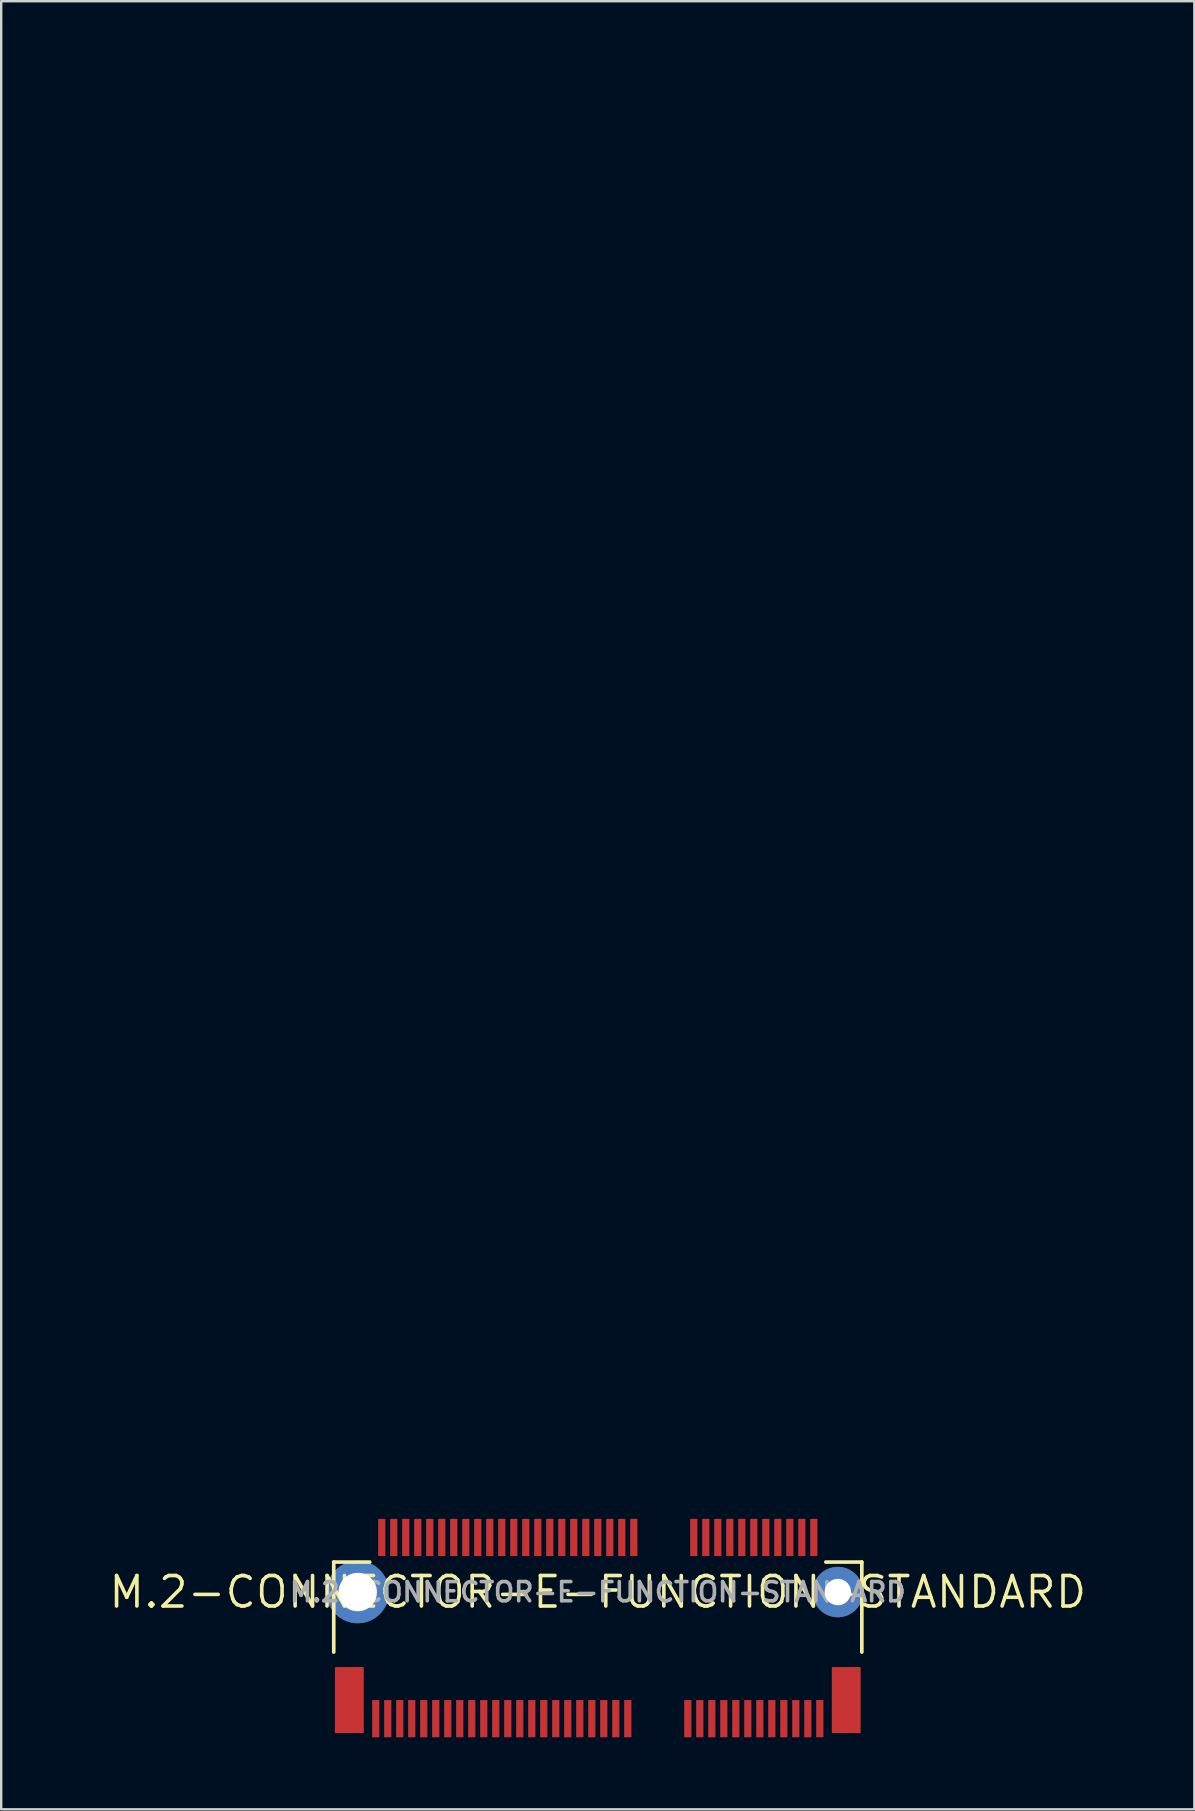
<source format=kicad_pcb>
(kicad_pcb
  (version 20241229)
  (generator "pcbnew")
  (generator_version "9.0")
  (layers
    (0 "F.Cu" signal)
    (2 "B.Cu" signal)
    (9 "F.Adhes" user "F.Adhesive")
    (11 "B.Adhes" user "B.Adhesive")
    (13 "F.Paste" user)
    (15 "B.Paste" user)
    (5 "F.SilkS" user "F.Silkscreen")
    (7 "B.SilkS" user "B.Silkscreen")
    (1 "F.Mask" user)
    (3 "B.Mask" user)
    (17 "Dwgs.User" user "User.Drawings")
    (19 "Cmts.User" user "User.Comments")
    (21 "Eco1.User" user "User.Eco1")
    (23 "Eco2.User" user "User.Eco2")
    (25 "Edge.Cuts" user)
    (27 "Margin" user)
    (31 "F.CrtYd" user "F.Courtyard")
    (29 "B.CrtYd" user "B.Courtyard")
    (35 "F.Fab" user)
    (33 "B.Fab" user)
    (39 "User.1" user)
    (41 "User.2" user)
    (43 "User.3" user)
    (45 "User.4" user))
  (footprint "M.2-CONNECTOR-E-FUNCTION-STANDARD"
    (layer "F.Cu")
    (at 21.854 63.276)
    (property "Reference" "M.2-CONNECTOR-E-FUNCTION-STANDARD" (at 0 0 0) (layer "F.SilkS") (effects (font (size 1.27 1.27) (thickness 0.15))))
    (attr through_hole)
    (fp_line (start -11 2.5) (end -11 -1.25) (stroke (width 0.152) (type solid)) (layer "F.SilkS"))
    (fp_line (start -9.5 -1.25) (end -11 -1.25) (stroke (width 0.152) (type solid)) (layer "F.SilkS"))
    (fp_line (start 11 -1.25) (end 9.5 -1.25) (stroke (width 0.152) (type solid)) (layer "F.SilkS"))
    (fp_line (start 11 2.5) (end 11 -1.25) (stroke (width 0.152) (type solid)) (layer "F.SilkS"))
    (fp_line (start -19.05 -63.25) (end -12.7 -63.25) (stroke (width 0.051) (type solid)) (layer "Eco2.User"))
    (fp_line (start -19.05 -2.275) (end -19.05 -63.25) (stroke (width 0.051) (type solid)) (layer "Eco2.User"))
    (fp_line (start -12.7 -63.25) (end 12.7 -63.25) (stroke (width 0.051) (type solid)) (layer "Eco2.User"))
    (fp_line (start -10.95 -1.25) (end -10.95 5.25) (stroke (width 0.152) (type solid)) (layer "Eco2.User"))
    (fp_line (start -10.95 5.25) (end 10.95 5.25) (stroke (width 0.152) (type solid)) (layer "Eco2.User"))
    (fp_line (start -10.4 -2.275) (end -19.05 -2.275) (stroke (width 0.051) (type solid)) (layer "Eco2.User"))
    (fp_line (start -9.92 1.75) (end -9.92 -1.75) (stroke (width 0.051) (type solid)) (layer "Eco2.User"))
    (fp_line (start -9.5 -2.5) (end -9.5 -1.25) (stroke (width 0.152) (type solid)) (layer "Eco2.User"))
    (fp_line (start -9.5 -1.25) (end -10.95 -1.25) (stroke (width 0.152) (type solid)) (layer "Eco2.User"))
    (fp_line (start 2.025 -1.15) (end 2.025 1.75) (stroke (width 0.051) (type solid)) (layer "Eco2.User"))
    (fp_line (start 2.03 1.75) (end -9.92 1.75) (stroke (width 0.051) (type solid)) (layer "Eco2.User"))
    (fp_line (start 3.225 -1.15) (end 3.225 1.75) (stroke (width 0.051) (type solid)) (layer "Eco2.User"))
    (fp_line (start 9.5 -2.5) (end -9.5 -2.5) (stroke (width 0.152) (type solid)) (layer "Eco2.User"))
    (fp_line (start 9.5 -2.5) (end 9.5 -1.25) (stroke (width 0.152) (type solid)) (layer "Eco2.User"))
    (fp_line (start 9.5 -1.25) (end -9.5 -1.25) (stroke (width 0.152) (type solid)) (layer "Eco2.User"))
    (fp_line (start 9.92 -1.75) (end 9.92 1.75) (stroke (width 0.051) (type solid)) (layer "Eco2.User"))
    (fp_line (start 9.93 1.75) (end 3.23 1.75) (stroke (width 0.051) (type solid)) (layer "Eco2.User"))
    (fp_line (start 10.4 -2.275) (end 19.05 -2.275) (stroke (width 0.051) (type solid)) (layer "Eco2.User"))
    (fp_line (start 10.95 -1.25) (end 9.5 -1.25) (stroke (width 0.152) (type solid)) (layer "Eco2.User"))
    (fp_line (start 10.95 5.25) (end 10.95 -1.25) (stroke (width 0.152) (type solid)) (layer "Eco2.User"))
    (fp_line (start 12.7 -63.25) (end 19.05 -63.25) (stroke (width 0.051) (type solid)) (layer "Eco2.User"))
    (fp_line (start 19.05 -2.275) (end 19.05 -63.25) (stroke (width 0.051) (type solid)) (layer "Eco2.User"))
    (fp_arc (start -10.4 -2.275) (mid -10.059282 -2.104689) (end -9.919482 -1.750358) (stroke (width 0.051) (type solid)) (layer "Eco2.User"))
    (fp_arc (start 2.025 -1.15) (mid 2.625 -1.75) (end 3.225 -1.15) (stroke (width 0.051) (type solid)) (layer "Eco2.User"))
    (fp_arc (start 9.919901 -1.749405) (mid 10.057822 -2.105491) (end 10.4 -2.275) (stroke (width 0.051) (type solid)) (layer "Eco2.User"))
    (fp_circle (center -19.05 -42.245) (end -16.272 -42.245) (stroke (width 0.051) (type solid)) (fill no) (layer "Eco2.User"))
    (fp_circle (center 19.05 -42.245) (end 21.828 -42.245) (stroke (width 0.051) (type solid)) (fill no) (layer "Eco2.User"))
    (fp_text user "${REFERENCE}" (at 0 0 0) (layer "F.Fab") (effects (font (size 0.8 0.8) (thickness 0.15))))
    (pad "" np_thru_hole circle (at -10 0) (size 2.6 2.6) (drill 1.6) (layers "*.Cu" "*.Mask"))
    (pad "" np_thru_hole circle (at 10 0) (size 2.1 2.1) (drill 1.1) (layers "*.Cu" "*.Mask"))
    (pad "1" smd rect (at 9.25 5.275 180) (size 0.3 1.55) (layers "F.Cu" "F.Mask" "F.Paste"))
    (pad "2" smd rect (at 9 -2.275 180) (size 0.3 1.55) (layers "F.Cu" "F.Mask" "F.Paste"))
    (pad "3" smd rect (at 8.75 5.275 180) (size 0.3 1.55) (layers "F.Cu" "F.Mask" "F.Paste"))
    (pad "4" smd rect (at 8.5 -2.275 180) (size 0.3 1.55) (layers "F.Cu" "F.Mask" "F.Paste"))
    (pad "5" smd rect (at 8.25 5.275 180) (size 0.3 1.55) (layers "F.Cu" "F.Mask" "F.Paste"))
    (pad "6" smd rect (at 8 -2.275 180) (size 0.3 1.55) (layers "F.Cu" "F.Mask" "F.Paste"))
    (pad "7" smd rect (at 7.75 5.275 180) (size 0.3 1.55) (layers "F.Cu" "F.Mask" "F.Paste"))
    (pad "8" smd rect (at 7.5 -2.275 180) (size 0.3 1.55) (layers "F.Cu" "F.Mask" "F.Paste"))
    (pad "9" smd rect (at 7.25 5.275 180) (size 0.3 1.55) (layers "F.Cu" "F.Mask" "F.Paste"))
    (pad "10" smd rect (at 7 -2.275 180) (size 0.3 1.55) (layers "F.Cu" "F.Mask" "F.Paste"))
    (pad "11" smd rect (at 6.75 5.275 180) (size 0.3 1.55) (layers "F.Cu" "F.Mask" "F.Paste"))
    (pad "12" smd rect (at 6.5 -2.275 180) (size 0.3 1.55) (layers "F.Cu" "F.Mask" "F.Paste"))
    (pad "13" smd rect (at 6.25 5.275 180) (size 0.3 1.55) (layers "F.Cu" "F.Mask" "F.Paste"))
    (pad "14" smd rect (at 6 -2.275 180) (size 0.3 1.55) (layers "F.Cu" "F.Mask" "F.Paste"))
    (pad "15" smd rect (at 5.75 5.275 180) (size 0.3 1.55) (layers "F.Cu" "F.Mask" "F.Paste"))
    (pad "16" smd rect (at 5.5 -2.275 180) (size 0.3 1.55) (layers "F.Cu" "F.Mask" "F.Paste"))
    (pad "17" smd rect (at 5.25 5.275 180) (size 0.3 1.55) (layers "F.Cu" "F.Mask" "F.Paste"))
    (pad "18" smd rect (at 5 -2.275 180) (size 0.3 1.55) (layers "F.Cu" "F.Mask" "F.Paste"))
    (pad "19" smd rect (at 4.75 5.275 180) (size 0.3 1.55) (layers "F.Cu" "F.Mask" "F.Paste"))
    (pad "20" smd rect (at 4.5 -2.275 180) (size 0.3 1.55) (layers "F.Cu" "F.Mask" "F.Paste"))
    (pad "21" smd rect (at 4.25 5.275 180) (size 0.3 1.55) (layers "F.Cu" "F.Mask" "F.Paste"))
    (pad "22" smd rect (at 4 -2.275 180) (size 0.3 1.55) (layers "F.Cu" "F.Mask" "F.Paste"))
    (pad "23" smd rect (at 3.75 5.275 180) (size 0.3 1.55) (layers "F.Cu" "F.Mask" "F.Paste"))
    (pad "32" smd rect (at 1.5 -2.275 180) (size 0.3 1.55) (layers "F.Cu" "F.Mask" "F.Paste"))
    (pad "33" smd rect (at 1.25 5.275 180) (size 0.3 1.55) (layers "F.Cu" "F.Mask" "F.Paste"))
    (pad "34" smd rect (at 1 -2.275 180) (size 0.3 1.55) (layers "F.Cu" "F.Mask" "F.Paste"))
    (pad "35" smd rect (at 0.75 5.275 180) (size 0.3 1.55) (layers "F.Cu" "F.Mask" "F.Paste"))
    (pad "36" smd rect (at 0.5 -2.275 180) (size 0.3 1.55) (layers "F.Cu" "F.Mask" "F.Paste"))
    (pad "37" smd rect (at 0.25 5.275 180) (size 0.3 1.55) (layers "F.Cu" "F.Mask" "F.Paste"))
    (pad "38" smd rect (at 0 -2.275 180) (size 0.3 1.55) (layers "F.Cu" "F.Mask" "F.Paste"))
    (pad "39" smd rect (at -0.25 5.275 180) (size 0.3 1.55) (layers "F.Cu" "F.Mask" "F.Paste"))
    (pad "40" smd rect (at -0.5 -2.275 180) (size 0.3 1.55) (layers "F.Cu" "F.Mask" "F.Paste"))
    (pad "41" smd rect (at -0.75 5.275 180) (size 0.3 1.55) (layers "F.Cu" "F.Mask" "F.Paste"))
    (pad "42" smd rect (at -1 -2.275 180) (size 0.3 1.55) (layers "F.Cu" "F.Mask" "F.Paste"))
    (pad "43" smd rect (at -1.25 5.275 180) (size 0.3 1.55) (layers "F.Cu" "F.Mask" "F.Paste"))
    (pad "44" smd rect (at -1.5 -2.275 180) (size 0.3 1.55) (layers "F.Cu" "F.Mask" "F.Paste"))
    (pad "45" smd rect (at -1.75 5.275 180) (size 0.3 1.55) (layers "F.Cu" "F.Mask" "F.Paste"))
    (pad "46" smd rect (at -2 -2.275 180) (size 0.3 1.55) (layers "F.Cu" "F.Mask" "F.Paste"))
    (pad "47" smd rect (at -2.25 5.275 180) (size 0.3 1.55) (layers "F.Cu" "F.Mask" "F.Paste"))
    (pad "48" smd rect (at -2.5 -2.275 180) (size 0.3 1.55) (layers "F.Cu" "F.Mask" "F.Paste"))
    (pad "49" smd rect (at -2.75 5.275 180) (size 0.3 1.55) (layers "F.Cu" "F.Mask" "F.Paste"))
    (pad "50" smd rect (at -3 -2.275 180) (size 0.3 1.55) (layers "F.Cu" "F.Mask" "F.Paste"))
    (pad "51" smd rect (at -3.25 5.275 180) (size 0.3 1.55) (layers "F.Cu" "F.Mask" "F.Paste"))
    (pad "52" smd rect (at -3.5 -2.275 180) (size 0.3 1.55) (layers "F.Cu" "F.Mask" "F.Paste"))
    (pad "53" smd rect (at -3.75 5.275 180) (size 0.3 1.55) (layers "F.Cu" "F.Mask" "F.Paste"))
    (pad "54" smd rect (at -4 -2.275 180) (size 0.3 1.55) (layers "F.Cu" "F.Mask" "F.Paste"))
    (pad "55" smd rect (at -4.25 5.275 180) (size 0.3 1.55) (layers "F.Cu" "F.Mask" "F.Paste"))
    (pad "56" smd rect (at -4.5 -2.275 180) (size 0.3 1.55) (layers "F.Cu" "F.Mask" "F.Paste"))
    (pad "57" smd rect (at -4.75 5.275 180) (size 0.3 1.55) (layers "F.Cu" "F.Mask" "F.Paste"))
    (pad "58" smd rect (at -5 -2.275 180) (size 0.3 1.55) (layers "F.Cu" "F.Mask" "F.Paste"))
    (pad "59" smd rect (at -5.25 5.275 180) (size 0.3 1.55) (layers "F.Cu" "F.Mask" "F.Paste"))
    (pad "60" smd rect (at -5.5 -2.275 180) (size 0.3 1.55) (layers "F.Cu" "F.Mask" "F.Paste"))
    (pad "61" smd rect (at -5.75 5.275 180) (size 0.3 1.55) (layers "F.Cu" "F.Mask" "F.Paste"))
    (pad "62" smd rect (at -6 -2.275 180) (size 0.3 1.55) (layers "F.Cu" "F.Mask" "F.Paste"))
    (pad "63" smd rect (at -6.25 5.275 180) (size 0.3 1.55) (layers "F.Cu" "F.Mask" "F.Paste"))
    (pad "64" smd rect (at -6.5 -2.275 180) (size 0.3 1.55) (layers "F.Cu" "F.Mask" "F.Paste"))
    (pad "65" smd rect (at -6.75 5.275 180) (size 0.3 1.55) (layers "F.Cu" "F.Mask" "F.Paste"))
    (pad "66" smd rect (at -7 -2.275 180) (size 0.3 1.55) (layers "F.Cu" "F.Mask" "F.Paste"))
    (pad "67" smd rect (at -7.25 5.275 180) (size 0.3 1.55) (layers "F.Cu" "F.Mask" "F.Paste"))
    (pad "68" smd rect (at -7.5 -2.275 180) (size 0.3 1.55) (layers "F.Cu" "F.Mask" "F.Paste"))
    (pad "69" smd rect (at -7.75 5.275 180) (size 0.3 1.55) (layers "F.Cu" "F.Mask" "F.Paste"))
    (pad "70" smd rect (at -8 -2.275 180) (size 0.3 1.55) (layers "F.Cu" "F.Mask" "F.Paste"))
    (pad "71" smd rect (at -8.25 5.275 180) (size 0.3 1.55) (layers "F.Cu" "F.Mask" "F.Paste"))
    (pad "72" smd rect (at -8.5 -2.275 180) (size 0.3 1.55) (layers "F.Cu" "F.Mask" "F.Paste"))
    (pad "73" smd rect (at -8.75 5.275 180) (size 0.3 1.55) (layers "F.Cu" "F.Mask" "F.Paste"))
    (pad "74" smd rect (at -9 -2.275 180) (size 0.3 1.55) (layers "F.Cu" "F.Mask" "F.Paste"))
    (pad "75" smd rect (at -9.25 5.275 180) (size 0.3 1.55) (layers "F.Cu" "F.Mask" "F.Paste"))
    (pad "A1" smd rect (at 10.35 4.5 180) (size 1.2 2.75) (layers "F.Cu" "F.Mask" "F.Paste"))
    (pad "A2" smd rect (at -10.35 4.5 180) (size 1.2 2.75) (layers "F.Cu" "F.Mask" "F.Paste")))
  (gr_rect
    (start -3 -3)
    (end 46.707 72.326)
    (stroke (width 0.1) (type default))
    (fill no)
    (layer "Edge.Cuts")))
</source>
